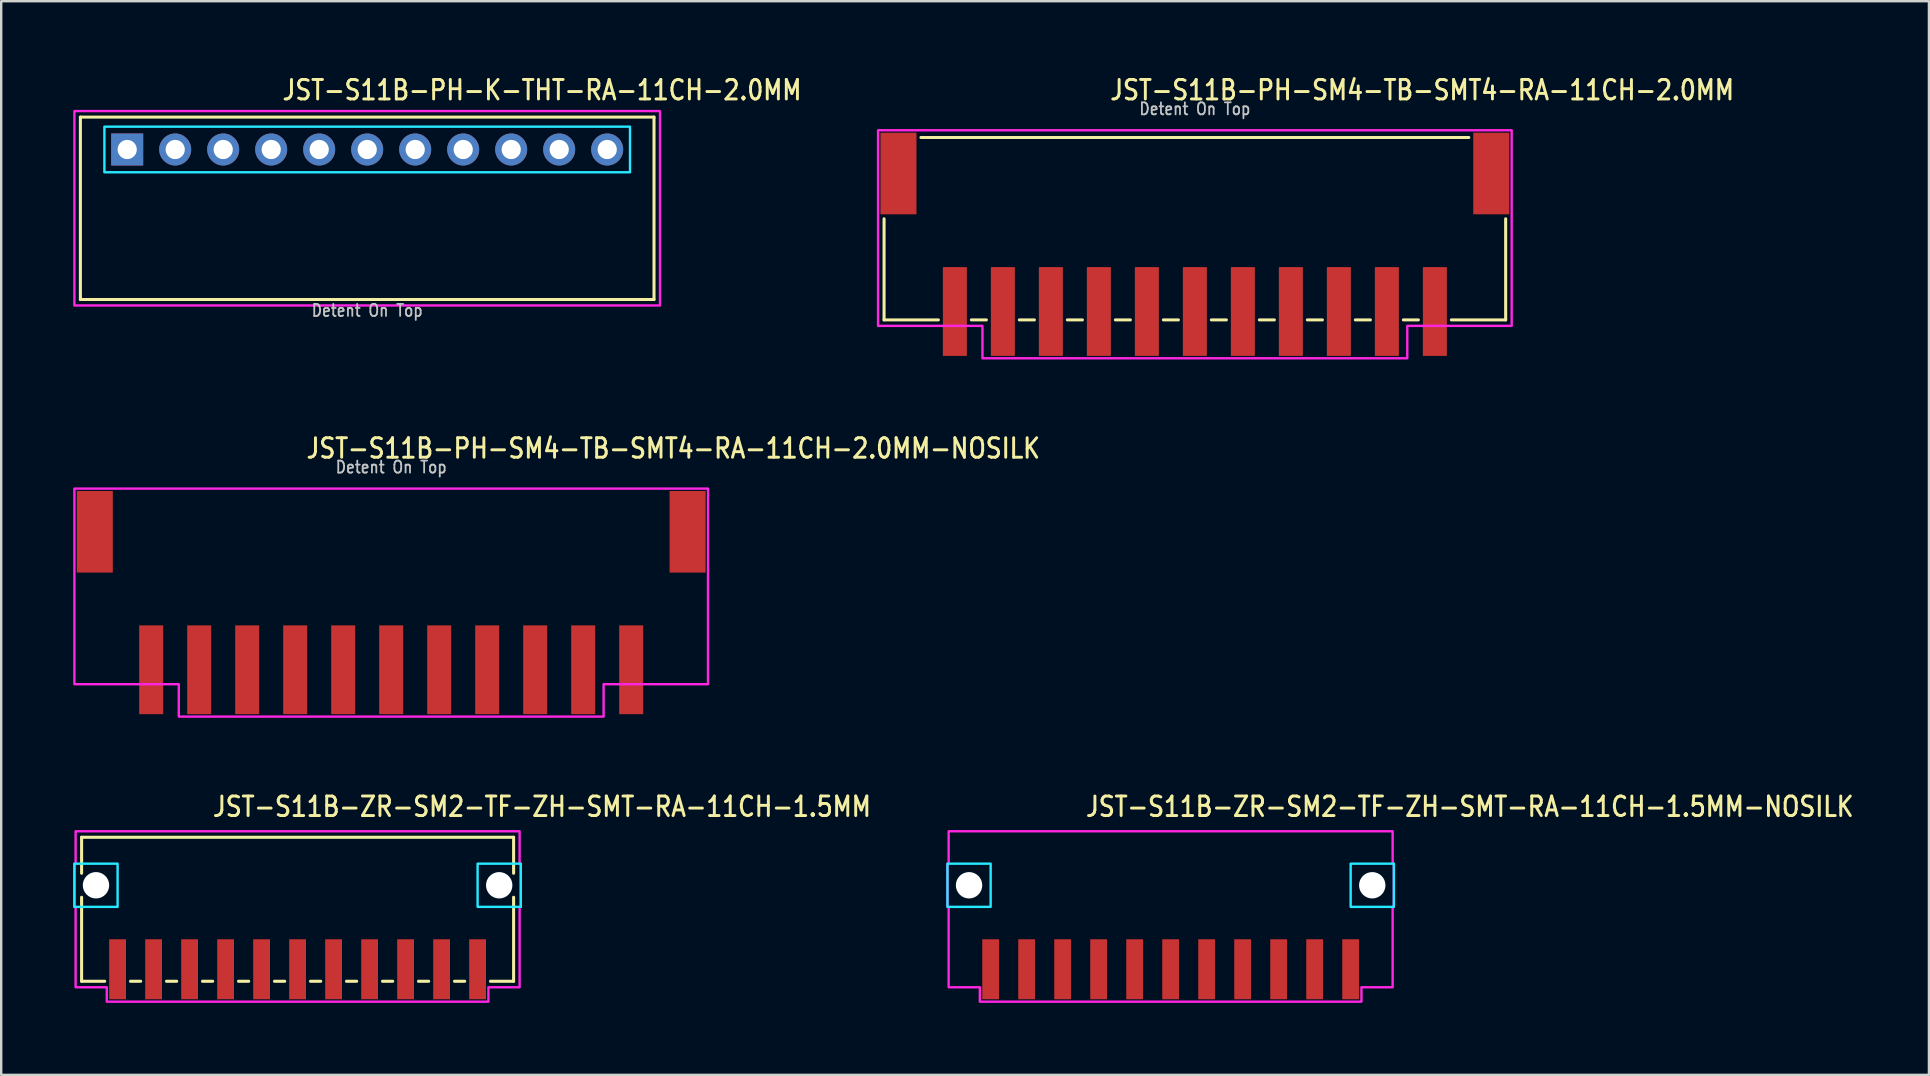
<source format=kicad_pcb>
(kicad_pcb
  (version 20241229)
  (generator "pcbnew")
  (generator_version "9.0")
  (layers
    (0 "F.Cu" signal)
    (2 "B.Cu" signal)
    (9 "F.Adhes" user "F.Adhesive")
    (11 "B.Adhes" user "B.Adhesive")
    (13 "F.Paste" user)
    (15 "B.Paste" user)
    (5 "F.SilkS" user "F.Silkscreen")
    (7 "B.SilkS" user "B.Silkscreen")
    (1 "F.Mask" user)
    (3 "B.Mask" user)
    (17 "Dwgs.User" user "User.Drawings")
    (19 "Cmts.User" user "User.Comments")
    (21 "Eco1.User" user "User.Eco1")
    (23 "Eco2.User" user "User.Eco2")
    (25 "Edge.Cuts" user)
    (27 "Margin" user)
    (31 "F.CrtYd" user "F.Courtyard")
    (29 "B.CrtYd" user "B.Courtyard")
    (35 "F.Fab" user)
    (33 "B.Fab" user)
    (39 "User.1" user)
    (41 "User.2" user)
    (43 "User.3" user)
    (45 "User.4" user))
  (footprint "JST-S11B-PH-K-THT-RA-11CH-2.0MM"
    (layer "F.Cu")
    (at 12.25 3.179)
    (property "Reference" "JST-S11B-PH-K-THT-RA-11CH-2.0MM" (at -3.6 -2 0) (unlocked yes) (layer "F.SilkS") (effects (font (size 0.813 0.695) (thickness 0.122)) (justify left bottom)))
    (fp_line (start -11.95 -1.35) (end 11.95 -1.35) (stroke (width 0.127) (type solid)) (layer "F.SilkS"))
    (fp_line (start -11.95 6.25) (end -11.95 -1.35) (stroke (width 0.127) (type solid)) (layer "F.SilkS"))
    (fp_line (start -11.95 6.25) (end 11.95 6.25) (stroke (width 0.127) (type solid)) (layer "F.SilkS"))
    (fp_line (start 11.95 -1.35) (end 11.95 6.25) (stroke (width 0.127) (type solid)) (layer "F.SilkS"))
    (fp_poly (pts (xy -10.95 -0.95) (xy -10.95 0.95) (xy 10.95 0.95) (xy 10.95 -0.95)) (stroke (width 0.1) (type solid)) (fill no) (layer "B.CrtYd"))
    (fp_poly (pts (xy -12.2 -1.6) (xy -12.2 6.5) (xy 12.2 6.5) (xy 12.2 -1.6)) (stroke (width 0.1) (type solid)) (fill no) (layer "F.CrtYd"))
    (fp_text user "Detent On Top" (at 0 7 0) (unlocked yes) (layer "Dwgs.User") (effects (font (size 0.5 0.427) (thickness 0.075)) (justify bottom)))
    (pad "1" thru_hole rect (at -10 0) (size 1.333 1.333) (drill 0.8) (layers "*.Cu" "*.Mask"))
    (pad "2" thru_hole oval (at -8 0) (size 1.333 1.333) (drill 0.8) (layers "*.Cu" "*.Mask"))
    (pad "3" thru_hole oval (at -6 0) (size 1.333 1.333) (drill 0.8) (layers "*.Cu" "*.Mask"))
    (pad "4" thru_hole oval (at -4 0) (size 1.333 1.333) (drill 0.8) (layers "*.Cu" "*.Mask"))
    (pad "5" thru_hole oval (at -2 0) (size 1.333 1.333) (drill 0.8) (layers "*.Cu" "*.Mask"))
    (pad "6" thru_hole oval (at 0 0) (size 1.333 1.333) (drill 0.8) (layers "*.Cu" "*.Mask"))
    (pad "7" thru_hole oval (at 2 0) (size 1.333 1.333) (drill 0.8) (layers "*.Cu" "*.Mask"))
    (pad "8" thru_hole oval (at 4 0) (size 1.333 1.333) (drill 0.8) (layers "*.Cu" "*.Mask"))
    (pad "9" thru_hole oval (at 6 0) (size 1.333 1.333) (drill 0.8) (layers "*.Cu" "*.Mask"))
    (pad "10" thru_hole oval (at 8 0) (size 1.333 1.333) (drill 0.8) (layers "*.Cu" "*.Mask"))
    (pad "11" thru_hole oval (at 10 0) (size 1.333 1.333) (drill 0.8) (layers "*.Cu" "*.Mask")))
  (footprint "JST-S11B-PH-SM4-TB-SMT4-RA-11CH-2.0MM-NOSILK"
    (layer "F.Cu")
    (at 13.25 19.107)
    (property "Reference" "JST-S11B-PH-SM4-TB-SMT4-RA-11CH-2.0MM-NOSILK" (at -3.6 -3 0) (unlocked yes) (layer "F.SilkS") (effects (font (size 0.813 0.695) (thickness 0.122)) (justify left bottom)))
    (fp_poly (pts (xy -13.2 -1.8) (xy -13.2 6.35) (xy -8.85 6.35) (xy -8.85 7.7) (xy 8.85 7.7) (xy 8.85 6.35) (xy 13.2 6.35) (xy 13.2 -1.8)) (stroke (width 0.1) (type solid)) (fill no) (layer "F.CrtYd"))
    (fp_text user "Detent On Top" (at 0 -2.4 0) (unlocked yes) (layer "Dwgs.User") (effects (font (size 0.5 0.427) (thickness 0.075)) (justify bottom)))
    (pad "1" smd rect (at 10 5.75) (size 1 3.7) (layers "F.Cu" "F.Mask" "F.Paste"))
    (pad "2" smd rect (at 8 5.75) (size 1 3.7) (layers "F.Cu" "F.Mask" "F.Paste"))
    (pad "3" smd rect (at 6 5.75) (size 1 3.7) (layers "F.Cu" "F.Mask" "F.Paste"))
    (pad "4" smd rect (at 4 5.75) (size 1 3.7) (layers "F.Cu" "F.Mask" "F.Paste"))
    (pad "5" smd rect (at 2 5.75) (size 1 3.7) (layers "F.Cu" "F.Mask" "F.Paste"))
    (pad "6" smd rect (at 0 5.75) (size 1 3.7) (layers "F.Cu" "F.Mask" "F.Paste"))
    (pad "7" smd rect (at -2 5.75) (size 1 3.7) (layers "F.Cu" "F.Mask" "F.Paste"))
    (pad "8" smd rect (at -4 5.75) (size 1 3.7) (layers "F.Cu" "F.Mask" "F.Paste"))
    (pad "9" smd rect (at -6 5.75) (size 1 3.7) (layers "F.Cu" "F.Mask" "F.Paste"))
    (pad "10" smd rect (at -8 5.75) (size 1 3.7) (layers "F.Cu" "F.Mask" "F.Paste"))
    (pad "11" smd rect (at -10 5.75) (size 1 3.7) (layers "F.Cu" "F.Mask" "F.Paste"))
    (pad "S_1" smd rect (at -12.35 0) (size 1.5 3.4) (layers "F.Cu" "F.Mask" "F.Paste"))
    (pad "S_2" smd rect (at 12.35 0) (size 1.5 3.4) (layers "F.Cu" "F.Mask" "F.Paste")))
  (footprint "JST-S11B-ZR-SM2-TF-ZH-SMT-RA-11CH-1.5MM"
    (layer "F.Cu")
    (at 9.35 33.836)
    (property "Reference" "JST-S11B-ZR-SM2-TF-ZH-SMT-RA-11CH-1.5MM" (at -3.6 -2.8 0) (unlocked yes) (layer "F.SilkS") (effects (font (size 0.813 0.695) (thickness 0.122)) (justify left bottom)))
    (fp_line (start -9 -2) (end -9 -0.5) (stroke (width 0.127) (type solid)) (layer "F.SilkS"))
    (fp_line (start -9 -2) (end 9 -2) (stroke (width 0.127) (type solid)) (layer "F.SilkS"))
    (fp_line (start -9 4) (end -9 0.5) (stroke (width 0.127) (type solid)) (layer "F.SilkS"))
    (fp_line (start -9 4) (end -8.037 4) (stroke (width 0.127) (type solid)) (layer "F.SilkS"))
    (fp_line (start -6.963 4) (end -6.537 4) (stroke (width 0.127) (type solid)) (layer "F.SilkS"))
    (fp_line (start -5.463 4) (end -5.037 4) (stroke (width 0.127) (type solid)) (layer "F.SilkS"))
    (fp_line (start -3.963 4) (end -3.537 4) (stroke (width 0.127) (type solid)) (layer "F.SilkS"))
    (fp_line (start -2.463 4) (end -2.037 4) (stroke (width 0.127) (type solid)) (layer "F.SilkS"))
    (fp_line (start -0.964 4) (end -0.536 4) (stroke (width 0.127) (type solid)) (layer "F.SilkS"))
    (fp_line (start 0.536 4) (end 0.964 4) (stroke (width 0.127) (type solid)) (layer "F.SilkS"))
    (fp_line (start 2.037 4) (end 2.463 4) (stroke (width 0.127) (type solid)) (layer "F.SilkS"))
    (fp_line (start 3.537 4) (end 3.963 4) (stroke (width 0.127) (type solid)) (layer "F.SilkS"))
    (fp_line (start 5.037 4) (end 5.463 4) (stroke (width 0.127) (type solid)) (layer "F.SilkS"))
    (fp_line (start 6.537 4) (end 6.963 4) (stroke (width 0.127) (type solid)) (layer "F.SilkS"))
    (fp_line (start 8.037 4) (end 9 4) (stroke (width 0.127) (type solid)) (layer "F.SilkS"))
    (fp_line (start 9 -0.5) (end 9 -2) (stroke (width 0.127) (type solid)) (layer "F.SilkS"))
    (fp_line (start 9 0.5) (end 9 4) (stroke (width 0.127) (type solid)) (layer "F.SilkS"))
    (fp_poly (pts (xy -9.3 -0.9) (xy -9.3 0.9) (xy -7.5 0.9) (xy -7.5 -0.9)) (stroke (width 0.1) (type solid)) (fill no) (layer "B.CrtYd"))
    (fp_poly (pts (xy 9.3 -0.9) (xy 9.3 0.9) (xy 7.5 0.9) (xy 7.5 -0.9)) (stroke (width 0.1) (type solid)) (fill no) (layer "B.CrtYd"))
    (fp_poly (pts (xy -9.25 -2.25) (xy -9.25 -0.9) (xy -9.3 -0.9) (xy -9.3 0.9) (xy -9.25 0.9) (xy -9.25 4.25) (xy -7.95 4.25) (xy -7.95 4.85) (xy 7.95 4.85) (xy 7.95 4.25) (xy 9.25 4.25) (xy 9.25 0.9) (xy 9.3 0.9) (xy 9.3 -0.9) (xy 9.25 -0.9) (xy 9.25 -2.25)) (stroke (width 0.1) (type solid)) (fill no) (layer "F.CrtYd"))
    (pad "" np_thru_hole circle (at -8.4 0) (size 1.1 1.1) (drill 1.1) (layers "*.Cu" "*.Mask"))
    (pad "" np_thru_hole circle (at 8.4 0) (size 1.1 1.1) (drill 1.1) (layers "*.Cu" "*.Mask"))
    (pad "1" smd rect (at 7.5 3.5) (size 0.7 2.5) (layers "F.Cu" "F.Mask" "F.Paste"))
    (pad "2" smd rect (at 6 3.5) (size 0.7 2.5) (layers "F.Cu" "F.Mask" "F.Paste"))
    (pad "3" smd rect (at 4.5 3.5) (size 0.7 2.5) (layers "F.Cu" "F.Mask" "F.Paste"))
    (pad "4" smd rect (at 3 3.5) (size 0.7 2.5) (layers "F.Cu" "F.Mask" "F.Paste"))
    (pad "5" smd rect (at 1.5 3.5) (size 0.7 2.5) (layers "F.Cu" "F.Mask" "F.Paste"))
    (pad "6" smd rect (at 0 3.5) (size 0.7 2.5) (layers "F.Cu" "F.Mask" "F.Paste"))
    (pad "7" smd rect (at -1.5 3.5) (size 0.7 2.5) (layers "F.Cu" "F.Mask" "F.Paste"))
    (pad "8" smd rect (at -3 3.5) (size 0.7 2.5) (layers "F.Cu" "F.Mask" "F.Paste"))
    (pad "9" smd rect (at -4.5 3.5) (size 0.7 2.5) (layers "F.Cu" "F.Mask" "F.Paste"))
    (pad "10" smd rect (at -6 3.5) (size 0.7 2.5) (layers "F.Cu" "F.Mask" "F.Paste"))
    (pad "11" smd rect (at -7.5 3.5) (size 0.7 2.5) (layers "F.Cu" "F.Mask" "F.Paste")))
  (footprint "JST-S11B-PH-SM4-TB-SMT4-RA-11CH-2.0MM"
    (layer "F.Cu")
    (at 46.736 4.179)
    (property "Reference" "JST-S11B-PH-SM4-TB-SMT4-RA-11CH-2.0MM" (at -3.6 -3 0) (unlocked yes) (layer "F.SilkS") (effects (font (size 0.813 0.695) (thickness 0.122)) (justify left bottom)))
    (fp_line (start -12.95 6.1) (end -12.95 1.887) (stroke (width 0.127) (type solid)) (layer "F.SilkS"))
    (fp_line (start -12.95 6.1) (end -10.687 6.1) (stroke (width 0.127) (type solid)) (layer "F.SilkS"))
    (fp_line (start -11.414 -1.5) (end 11.414 -1.5) (stroke (width 0.127) (type solid)) (layer "F.SilkS"))
    (fp_line (start -9.313 6.1) (end -8.687 6.1) (stroke (width 0.127) (type solid)) (layer "F.SilkS"))
    (fp_line (start -7.314 6.1) (end -6.686 6.1) (stroke (width 0.127) (type solid)) (layer "F.SilkS"))
    (fp_line (start -5.314 6.1) (end -4.686 6.1) (stroke (width 0.127) (type solid)) (layer "F.SilkS"))
    (fp_line (start -3.313 6.1) (end -2.687 6.1) (stroke (width 0.127) (type solid)) (layer "F.SilkS"))
    (fp_line (start -1.313 6.1) (end -0.686 6.1) (stroke (width 0.127) (type solid)) (layer "F.SilkS"))
    (fp_line (start 0.686 6.1) (end 1.313 6.1) (stroke (width 0.127) (type solid)) (layer "F.SilkS"))
    (fp_line (start 2.687 6.1) (end 3.313 6.1) (stroke (width 0.127) (type solid)) (layer "F.SilkS"))
    (fp_line (start 4.686 6.1) (end 5.314 6.1) (stroke (width 0.127) (type solid)) (layer "F.SilkS"))
    (fp_line (start 6.686 6.1) (end 7.314 6.1) (stroke (width 0.127) (type solid)) (layer "F.SilkS"))
    (fp_line (start 8.687 6.1) (end 9.313 6.1) (stroke (width 0.127) (type solid)) (layer "F.SilkS"))
    (fp_line (start 10.687 6.1) (end 12.95 6.1) (stroke (width 0.127) (type solid)) (layer "F.SilkS"))
    (fp_line (start 12.95 1.887) (end 12.95 6.1) (stroke (width 0.127) (type solid)) (layer "F.SilkS"))
    (fp_poly (pts (xy -13.2 -1.8) (xy -13.2 6.35) (xy -8.85 6.35) (xy -8.85 7.7) (xy 8.85 7.7) (xy 8.85 6.35) (xy 13.2 6.35) (xy 13.2 -1.8)) (stroke (width 0.1) (type solid)) (fill no) (layer "F.CrtYd"))
    (fp_text user "Detent On Top" (at 0 -2.4 0) (unlocked yes) (layer "Dwgs.User") (effects (font (size 0.5 0.427) (thickness 0.075)) (justify bottom)))
    (pad "1" smd rect (at 10 5.75) (size 1 3.7) (layers "F.Cu" "F.Mask" "F.Paste"))
    (pad "2" smd rect (at 8 5.75) (size 1 3.7) (layers "F.Cu" "F.Mask" "F.Paste"))
    (pad "3" smd rect (at 6 5.75) (size 1 3.7) (layers "F.Cu" "F.Mask" "F.Paste"))
    (pad "4" smd rect (at 4 5.75) (size 1 3.7) (layers "F.Cu" "F.Mask" "F.Paste"))
    (pad "5" smd rect (at 2 5.75) (size 1 3.7) (layers "F.Cu" "F.Mask" "F.Paste"))
    (pad "6" smd rect (at 0 5.75) (size 1 3.7) (layers "F.Cu" "F.Mask" "F.Paste"))
    (pad "7" smd rect (at -2 5.75) (size 1 3.7) (layers "F.Cu" "F.Mask" "F.Paste"))
    (pad "8" smd rect (at -4 5.75) (size 1 3.7) (layers "F.Cu" "F.Mask" "F.Paste"))
    (pad "9" smd rect (at -6 5.75) (size 1 3.7) (layers "F.Cu" "F.Mask" "F.Paste"))
    (pad "10" smd rect (at -8 5.75) (size 1 3.7) (layers "F.Cu" "F.Mask" "F.Paste"))
    (pad "11" smd rect (at -10 5.75) (size 1 3.7) (layers "F.Cu" "F.Mask" "F.Paste"))
    (pad "S_1" smd rect (at -12.35 0) (size 1.5 3.4) (layers "F.Cu" "F.Mask" "F.Paste"))
    (pad "S_2" smd rect (at 12.35 0) (size 1.5 3.4) (layers "F.Cu" "F.Mask" "F.Paste")))
  (footprint "JST-S11B-ZR-SM2-TF-ZH-SMT-RA-11CH-1.5MM-NOSILK"
    (layer "F.Cu")
    (at 45.727 33.836)
    (property "Reference" "JST-S11B-ZR-SM2-TF-ZH-SMT-RA-11CH-1.5MM-NOSILK" (at -3.6 -2.8 0) (unlocked yes) (layer "F.SilkS") (effects (font (size 0.813 0.695) (thickness 0.122)) (justify left bottom)))
    (fp_poly (pts (xy -9.3 -0.9) (xy -9.3 0.9) (xy -7.5 0.9) (xy -7.5 -0.9)) (stroke (width 0.1) (type solid)) (fill no) (layer "B.CrtYd"))
    (fp_poly (pts (xy 9.3 -0.9) (xy 9.3 0.9) (xy 7.5 0.9) (xy 7.5 -0.9)) (stroke (width 0.1) (type solid)) (fill no) (layer "B.CrtYd"))
    (fp_poly (pts (xy -9.25 -2.25) (xy -9.25 -0.9) (xy -9.3 -0.9) (xy -9.3 0.9) (xy -9.25 0.9) (xy -9.25 4.25) (xy -7.95 4.25) (xy -7.95 4.85) (xy 7.95 4.85) (xy 7.95 4.25) (xy 9.25 4.25) (xy 9.25 0.9) (xy 9.3 0.9) (xy 9.3 -0.9) (xy 9.25 -0.9) (xy 9.25 -2.25)) (stroke (width 0.1) (type solid)) (fill no) (layer "F.CrtYd"))
    (pad "" np_thru_hole circle (at -8.4 0) (size 1.1 1.1) (drill 1.1) (layers "*.Cu" "*.Mask"))
    (pad "" np_thru_hole circle (at 8.4 0) (size 1.1 1.1) (drill 1.1) (layers "*.Cu" "*.Mask"))
    (pad "1" smd rect (at 7.5 3.5) (size 0.7 2.5) (layers "F.Cu" "F.Mask" "F.Paste"))
    (pad "2" smd rect (at 6 3.5) (size 0.7 2.5) (layers "F.Cu" "F.Mask" "F.Paste"))
    (pad "3" smd rect (at 4.5 3.5) (size 0.7 2.5) (layers "F.Cu" "F.Mask" "F.Paste"))
    (pad "4" smd rect (at 3 3.5) (size 0.7 2.5) (layers "F.Cu" "F.Mask" "F.Paste"))
    (pad "5" smd rect (at 1.5 3.5) (size 0.7 2.5) (layers "F.Cu" "F.Mask" "F.Paste"))
    (pad "6" smd rect (at 0 3.5) (size 0.7 2.5) (layers "F.Cu" "F.Mask" "F.Paste"))
    (pad "7" smd rect (at -1.5 3.5) (size 0.7 2.5) (layers "F.Cu" "F.Mask" "F.Paste"))
    (pad "8" smd rect (at -3 3.5) (size 0.7 2.5) (layers "F.Cu" "F.Mask" "F.Paste"))
    (pad "9" smd rect (at -4.5 3.5) (size 0.7 2.5) (layers "F.Cu" "F.Mask" "F.Paste"))
    (pad "10" smd rect (at -6 3.5) (size 0.7 2.5) (layers "F.Cu" "F.Mask" "F.Paste"))
    (pad "11" smd rect (at -7.5 3.5) (size 0.7 2.5) (layers "F.Cu" "F.Mask" "F.Paste")))
  (gr_rect
    (start -3 -3)
    (end 77.322 41.736)
    (stroke (width 0.1) (type default))
    (fill no)
    (layer "Edge.Cuts")))
</source>
